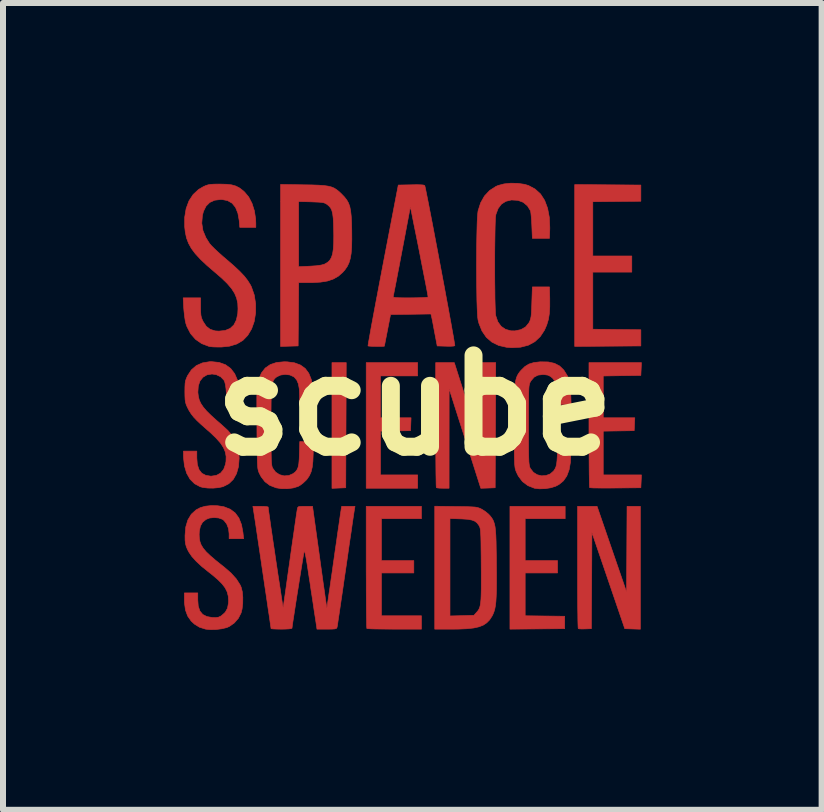
<source format=kicad_pcb>
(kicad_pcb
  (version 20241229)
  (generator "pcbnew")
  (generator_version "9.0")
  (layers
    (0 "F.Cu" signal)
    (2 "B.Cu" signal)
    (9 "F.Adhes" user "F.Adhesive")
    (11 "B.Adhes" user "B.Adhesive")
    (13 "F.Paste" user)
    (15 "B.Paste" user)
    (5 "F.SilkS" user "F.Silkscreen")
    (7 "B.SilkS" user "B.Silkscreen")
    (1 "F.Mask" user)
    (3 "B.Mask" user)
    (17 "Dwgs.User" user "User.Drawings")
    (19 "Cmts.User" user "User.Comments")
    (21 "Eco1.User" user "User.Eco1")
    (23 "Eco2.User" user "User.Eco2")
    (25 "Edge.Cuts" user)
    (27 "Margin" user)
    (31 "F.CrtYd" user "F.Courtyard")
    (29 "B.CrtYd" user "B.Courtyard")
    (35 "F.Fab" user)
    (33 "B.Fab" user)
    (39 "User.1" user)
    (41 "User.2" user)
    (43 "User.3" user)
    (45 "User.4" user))
  (footprint "scube"
    (layer "F.Cu")
    (at 3.867 3.711)
    (property "Reference" "scube" (at 0 0 0) (layer "F.SilkS") (effects (font (size 1.524 1.524) (thickness 0.3))))
    (attr through_hole)
    (fp_poly (pts (xy -1.151 1.373) (xy -1.266 1.378) (xy -1.381 1.383) (xy -1.381 -0.714) (xy -1.143 -0.714) (xy -1.151 1.373)) (stroke (width 0.01) (type solid)) (fill yes) (layer "F.Cu"))
    (fp_poly (pts (xy 0.048 -0.492) (xy -0.572 -0.492) (xy -0.572 0.206) (xy -0.062 0.206) (xy -0.071 0.421) (xy -0.572 0.429) (xy -0.572 1.159) (xy 0.048 1.159) (xy 0.048 1.381) (xy -0.81 1.381) (xy -0.81 -0.714) (xy 0.048 -0.714) (xy 0.048 -0.492)) (stroke (width 0.01) (type solid)) (fill yes) (layer "F.Cu"))
    (fp_poly (pts (xy 2.508 1.889) (xy 1.841 1.889) (xy 1.841 2.588) (xy 2.381 2.588) (xy 2.381 2.794) (xy 1.841 2.794) (xy 1.841 3.508) (xy 2.5 3.516) (xy 2.5 3.723) (xy 1.587 3.731) (xy 1.587 1.683) (xy 2.508 1.683) (xy 2.508 1.889)) (stroke (width 0.01) (type solid)) (fill yes) (layer "F.Cu"))
    (fp_poly (pts (xy 3.219 -3.679) (xy 3.77 -3.675) (xy 3.77 -3.405) (xy 3.369 -3.401) (xy 2.969 -3.397) (xy 2.969 -2.492) (xy 3.619 -2.492) (xy 3.619 -2.223) (xy 2.969 -2.223) (xy 2.969 -1.271) (xy 3.369 -1.266) (xy 3.77 -1.262) (xy 3.77 -0.992) (xy 3.219 -0.988) (xy 2.667 -0.984) (xy 2.667 -3.683) (xy 3.219 -3.679)) (stroke (width 0.01) (type solid)) (fill yes) (layer "F.Cu"))
    (fp_poly (pts (xy 0.111 1.889) (xy -0.556 1.889) (xy -0.556 2.588) (xy -0.016 2.588) (xy -0.016 2.794) (xy -0.556 2.794) (xy -0.556 3.508) (xy 0.111 3.508) (xy 0.111 3.731) (xy -0.339 3.731) (xy -0.455 3.73) (xy -0.561 3.729) (xy -0.653 3.728) (xy -0.725 3.726) (xy -0.775 3.723) (xy -0.798 3.721) (xy -0.799 3.72) (xy -0.801 3.703) (xy -0.803 3.656) (xy -0.804 3.584) (xy -0.806 3.487) (xy -0.807 3.37) (xy -0.808 3.234) (xy -0.809 3.083) (xy -0.809 2.919) (xy -0.81 2.745) (xy -0.81 2.696) (xy -0.81 1.683) (xy 0.111 1.683) (xy 0.111 1.889)) (stroke (width 0.01) (type solid)) (fill yes) (layer "F.Cu"))
    (fp_poly (pts (xy 3.651 1.683) (xy 3.762 1.683) (xy 3.762 3.732) (xy 3.502 3.723) (xy 3.228 2.921) (xy 2.954 2.119) (xy 2.95 2.921) (xy 2.945 3.723) (xy 2.841 3.727) (xy 2.786 3.728) (xy 2.744 3.726) (xy 2.726 3.721) (xy 2.724 3.703) (xy 2.722 3.657) (xy 2.72 3.584) (xy 2.719 3.487) (xy 2.717 3.37) (xy 2.716 3.234) (xy 2.715 3.083) (xy 2.715 2.919) (xy 2.715 2.745) (xy 2.715 2.696) (xy 2.715 1.683) (xy 2.877 1.683) (xy 3.04 1.683) (xy 3.286 2.398) (xy 3.532 3.112) (xy 3.536 2.398) (xy 3.54 1.683) (xy 3.651 1.683)) (stroke (width 0.01) (type solid)) (fill yes) (layer "F.Cu"))
    (fp_poly (pts (xy 3.775 -0.607) (xy 3.77 -0.5) (xy 3.457 -0.496) (xy 3.143 -0.491) (xy 3.143 0.206) (xy 3.669 0.206) (xy 3.659 0.421) (xy 3.401 0.425) (xy 3.143 0.429) (xy 3.143 1.159) (xy 3.78 1.159) (xy 3.77 1.373) (xy 3.349 1.377) (xy 3.236 1.378) (xy 3.134 1.378) (xy 3.046 1.377) (xy 2.978 1.376) (xy 2.933 1.373) (xy 2.916 1.371) (xy 2.914 1.353) (xy 2.912 1.307) (xy 2.911 1.234) (xy 2.909 1.138) (xy 2.908 1.02) (xy 2.907 0.884) (xy 2.906 0.732) (xy 2.905 0.567) (xy 2.905 0.392) (xy 2.905 0.323) (xy 2.905 -0.714) (xy 3.342 -0.714) (xy 3.78 -0.714) (xy 3.775 -0.607)) (stroke (width 0.01) (type solid)) (fill yes) (layer "F.Cu"))
    (fp_poly (pts (xy 1.239 -0.714) (xy 1.35 -0.714) (xy 1.341 1.373) (xy 1.221 1.378) (xy 1.101 1.382) (xy 0.971 0.973) (xy 0.927 0.835) (xy 0.878 0.678) (xy 0.825 0.512) (xy 0.773 0.349) (xy 0.725 0.2) (xy 0.707 0.143) (xy 0.573 -0.278) (xy 0.572 1.381) (xy 0.471 1.381) (xy 0.417 1.38) (xy 0.377 1.376) (xy 0.36 1.371) (xy 0.358 1.353) (xy 0.356 1.307) (xy 0.355 1.234) (xy 0.353 1.138) (xy 0.352 1.02) (xy 0.351 0.884) (xy 0.35 0.732) (xy 0.35 0.567) (xy 0.349 0.392) (xy 0.349 0.323) (xy 0.349 -0.714) (xy 0.659 -0.714) (xy 0.889 0.007) (xy 1.119 0.729) (xy 1.123 0.007) (xy 1.127 -0.714) (xy 1.239 -0.714)) (stroke (width 0.01) (type solid)) (fill yes) (layer "F.Cu"))
    (fp_poly (pts (xy -1.853 -3.679) (xy -1.715 -3.677) (xy -1.604 -3.673) (xy -1.516 -3.667) (xy -1.446 -3.657) (xy -1.39 -3.643) (xy -1.344 -3.624) (xy -1.303 -3.598) (xy -1.262 -3.565) (xy -1.221 -3.526) (xy -1.172 -3.475) (xy -1.134 -3.426) (xy -1.105 -3.375) (xy -1.084 -3.317) (xy -1.07 -3.246) (xy -1.06 -3.158) (xy -1.054 -3.048) (xy -1.051 -2.922) (xy -1.05 -2.767) (xy -1.053 -2.64) (xy -1.061 -2.535) (xy -1.076 -2.449) (xy -1.097 -2.378) (xy -1.127 -2.316) (xy -1.166 -2.26) (xy -1.204 -2.217) (xy -1.275 -2.155) (xy -1.358 -2.108) (xy -1.455 -2.075) (xy -1.572 -2.056) (xy -1.714 -2.048) (xy -1.755 -2.048) (xy -1.936 -2.048) (xy -1.945 -0.992) (xy -2.092 -0.988) (xy -2.238 -0.983) (xy -2.238 -2.313) (xy -1.937 -2.313) (xy -1.748 -2.322) (xy -1.642 -2.329) (xy -1.564 -2.34) (xy -1.51 -2.354) (xy -1.502 -2.358) (xy -1.455 -2.385) (xy -1.418 -2.42) (xy -1.391 -2.465) (xy -1.371 -2.525) (xy -1.359 -2.604) (xy -1.352 -2.705) (xy -1.351 -2.832) (xy -1.352 -2.907) (xy -1.355 -3.028) (xy -1.36 -3.122) (xy -1.369 -3.194) (xy -1.382 -3.248) (xy -1.401 -3.289) (xy -1.427 -3.321) (xy -1.46 -3.35) (xy -1.466 -3.354) (xy -1.49 -3.369) (xy -1.517 -3.379) (xy -1.553 -3.386) (xy -1.606 -3.39) (xy -1.681 -3.393) (xy -1.726 -3.395) (xy -1.937 -3.4) (xy -1.937 -2.313) (xy -2.238 -2.313) (xy -2.238 -3.685) (xy -1.853 -3.679)) (stroke (width 0.01) (type solid)) (fill yes) (layer "F.Cu"))
    (fp_poly (pts (xy 0.687 1.686) (xy 0.801 1.687) (xy 0.889 1.689) (xy 0.955 1.692) (xy 1.003 1.695) (xy 1.039 1.701) (xy 1.067 1.709) (xy 1.093 1.719) (xy 1.12 1.733) (xy 1.122 1.734) (xy 1.178 1.77) (xy 1.231 1.814) (xy 1.253 1.837) (xy 1.278 1.869) (xy 1.299 1.9) (xy 1.315 1.934) (xy 1.328 1.975) (xy 1.339 2.025) (xy 1.346 2.089) (xy 1.352 2.169) (xy 1.356 2.269) (xy 1.358 2.393) (xy 1.361 2.544) (xy 1.361 2.618) (xy 1.363 2.799) (xy 1.363 2.951) (xy 1.362 3.079) (xy 1.358 3.184) (xy 1.353 3.269) (xy 1.345 3.339) (xy 1.334 3.397) (xy 1.32 3.444) (xy 1.303 3.485) (xy 1.289 3.513) (xy 1.248 3.576) (xy 1.2 3.625) (xy 1.142 3.664) (xy 1.07 3.692) (xy 0.98 3.712) (xy 0.869 3.724) (xy 0.732 3.73) (xy 0.632 3.731) (xy 0.333 3.731) (xy 0.333 3.511) (xy 0.587 3.511) (xy 0.787 3.506) (xy 0.987 3.5) (xy 1.032 3.449) (xy 1.052 3.426) (xy 1.068 3.402) (xy 1.081 3.373) (xy 1.091 3.337) (xy 1.098 3.291) (xy 1.104 3.231) (xy 1.107 3.154) (xy 1.109 3.057) (xy 1.109 2.937) (xy 1.109 2.791) (xy 1.108 2.663) (xy 1.107 2.507) (xy 1.105 2.38) (xy 1.104 2.278) (xy 1.102 2.198) (xy 1.099 2.137) (xy 1.096 2.092) (xy 1.092 2.059) (xy 1.086 2.036) (xy 1.08 2.019) (xy 1.073 2.006) (xy 1.042 1.963) (xy 1.004 1.932) (xy 0.953 1.912) (xy 0.884 1.899) (xy 0.791 1.893) (xy 0.766 1.892) (xy 0.587 1.886) (xy 0.587 3.511) (xy 0.333 3.511) (xy 0.333 1.681) (xy 0.687 1.686)) (stroke (width 0.01) (type solid)) (fill yes) (layer "F.Cu"))
    (fp_poly (pts (xy -3.264 -0.717) (xy -3.157 -0.679) (xy -3.07 -0.616) (xy -3.003 -0.528) (xy -2.955 -0.417) (xy -2.929 -0.282) (xy -2.928 -0.273) (xy -2.917 -0.159) (xy -3.139 -0.159) (xy -3.147 -0.269) (xy -3.156 -0.339) (xy -3.17 -0.395) (xy -3.182 -0.421) (xy -3.237 -0.478) (xy -3.31 -0.513) (xy -3.381 -0.524) (xy -3.465 -0.51) (xy -3.532 -0.47) (xy -3.582 -0.408) (xy -3.61 -0.325) (xy -3.617 -0.224) (xy -3.617 -0.216) (xy -3.609 -0.15) (xy -3.594 -0.09) (xy -3.568 -0.033) (xy -3.528 0.027) (xy -3.473 0.092) (xy -3.399 0.165) (xy -3.304 0.251) (xy -3.223 0.321) (xy -3.118 0.417) (xy -3.04 0.507) (xy -2.985 0.595) (xy -2.95 0.689) (xy -2.933 0.793) (xy -2.929 0.881) (xy -2.94 1.021) (xy -2.973 1.138) (xy -3.027 1.234) (xy -3.102 1.306) (xy -3.198 1.355) (xy -3.199 1.355) (xy -3.271 1.371) (xy -3.36 1.379) (xy -3.451 1.378) (xy -3.533 1.368) (xy -3.578 1.356) (xy -3.672 1.306) (xy -3.748 1.23) (xy -3.804 1.131) (xy -3.841 1.009) (xy -3.857 0.867) (xy -3.858 0.829) (xy -3.858 0.762) (xy -3.635 0.762) (xy -3.635 0.877) (xy -3.626 0.987) (xy -3.598 1.071) (xy -3.552 1.131) (xy -3.486 1.166) (xy -3.4 1.18) (xy -3.397 1.18) (xy -3.31 1.167) (xy -3.239 1.129) (xy -3.187 1.066) (xy -3.156 0.98) (xy -3.148 0.933) (xy -3.146 0.852) (xy -3.16 0.776) (xy -3.191 0.702) (xy -3.242 0.625) (xy -3.315 0.543) (xy -3.412 0.45) (xy -3.464 0.405) (xy -3.557 0.323) (xy -3.63 0.255) (xy -3.686 0.196) (xy -3.729 0.141) (xy -3.764 0.086) (xy -3.792 0.032) (xy -3.811 -0.011) (xy -3.823 -0.051) (xy -3.83 -0.096) (xy -3.833 -0.157) (xy -3.834 -0.23) (xy -3.833 -0.31) (xy -3.83 -0.367) (xy -3.823 -0.411) (xy -3.81 -0.449) (xy -3.791 -0.492) (xy -3.789 -0.496) (xy -3.726 -0.592) (xy -3.643 -0.664) (xy -3.542 -0.709) (xy -3.423 -0.729) (xy -3.389 -0.73) (xy -3.264 -0.717)) (stroke (width 0.01) (type solid)) (fill yes) (layer "F.Cu"))
    (fp_poly (pts (xy -3.289 1.673) (xy -3.191 1.688) (xy -3.179 1.691) (xy -3.076 1.732) (xy -2.994 1.794) (xy -2.933 1.878) (xy -2.89 1.987) (xy -2.865 2.12) (xy -2.865 2.123) (xy -2.854 2.223) (xy -3.096 2.223) (xy -3.096 2.14) (xy -3.106 2.054) (xy -3.136 1.977) (xy -3.181 1.919) (xy -3.207 1.899) (xy -3.27 1.877) (xy -3.347 1.87) (xy -3.423 1.878) (xy -3.479 1.9) (xy -3.538 1.947) (xy -3.575 2.012) (xy -3.593 2.097) (xy -3.596 2.151) (xy -3.593 2.215) (xy -3.582 2.273) (xy -3.562 2.327) (xy -3.528 2.382) (xy -3.48 2.44) (xy -3.413 2.504) (xy -3.326 2.579) (xy -3.216 2.667) (xy -3.179 2.696) (xy -3.065 2.795) (xy -2.975 2.895) (xy -2.912 2.994) (xy -2.895 3.033) (xy -2.876 3.108) (xy -2.868 3.201) (xy -2.869 3.301) (xy -2.88 3.395) (xy -2.896 3.459) (xy -2.942 3.55) (xy -3.01 3.628) (xy -3.093 3.686) (xy -3.136 3.705) (xy -3.22 3.725) (xy -3.316 3.737) (xy -3.411 3.739) (xy -3.488 3.731) (xy -3.59 3.699) (xy -3.674 3.647) (xy -3.729 3.596) (xy -3.787 3.513) (xy -3.824 3.413) (xy -3.841 3.292) (xy -3.842 3.244) (xy -3.842 3.127) (xy -3.619 3.127) (xy -3.619 3.243) (xy -3.611 3.348) (xy -3.583 3.429) (xy -3.536 3.486) (xy -3.467 3.521) (xy -3.377 3.537) (xy -3.317 3.538) (xy -3.275 3.532) (xy -3.239 3.516) (xy -3.223 3.506) (xy -3.161 3.45) (xy -3.123 3.382) (xy -3.107 3.296) (xy -3.105 3.255) (xy -3.111 3.179) (xy -3.129 3.109) (xy -3.162 3.043) (xy -3.213 2.976) (xy -3.285 2.904) (xy -3.38 2.823) (xy -3.435 2.78) (xy -3.553 2.685) (xy -3.645 2.599) (xy -3.716 2.521) (xy -3.768 2.445) (xy -3.791 2.401) (xy -3.812 2.35) (xy -3.824 2.303) (xy -3.83 2.25) (xy -3.831 2.177) (xy -3.831 2.167) (xy -3.819 2.027) (xy -3.784 1.91) (xy -3.727 1.815) (xy -3.647 1.742) (xy -3.575 1.704) (xy -3.493 1.681) (xy -3.394 1.67) (xy -3.289 1.673)) (stroke (width 0.01) (type solid)) (fill yes) (layer "F.Cu"))
    (fp_poly (pts (xy -2.129 -0.727) (xy -2.007 -0.711) (xy -1.907 -0.674) (xy -1.827 -0.616) (xy -1.767 -0.535) (xy -1.725 -0.43) (xy -1.702 -0.299) (xy -1.695 -0.195) (xy -1.691 -0.024) (xy -1.806 -0.019) (xy -1.921 -0.014) (xy -1.921 -0.166) (xy -1.926 -0.276) (xy -1.941 -0.36) (xy -1.968 -0.423) (xy -2.008 -0.47) (xy -2.022 -0.48) (xy -2.084 -0.508) (xy -2.16 -0.517) (xy -2.236 -0.507) (xy -2.296 -0.48) (xy -2.32 -0.463) (xy -2.339 -0.444) (xy -2.355 -0.422) (xy -2.368 -0.393) (xy -2.378 -0.354) (xy -2.385 -0.303) (xy -2.39 -0.237) (xy -2.394 -0.151) (xy -2.396 -0.045) (xy -2.397 0.086) (xy -2.397 0.244) (xy -2.397 0.338) (xy -2.397 0.501) (xy -2.397 0.635) (xy -2.396 0.744) (xy -2.394 0.83) (xy -2.393 0.897) (xy -2.39 0.948) (xy -2.386 0.985) (xy -2.382 1.012) (xy -2.376 1.032) (xy -2.369 1.047) (xy -2.321 1.112) (xy -2.255 1.155) (xy -2.179 1.175) (xy -2.101 1.169) (xy -2.03 1.138) (xy -1.992 1.109) (xy -1.965 1.075) (xy -1.946 1.032) (xy -1.934 0.973) (xy -1.927 0.893) (xy -1.924 0.805) (xy -1.918 0.602) (xy -1.805 0.607) (xy -1.691 0.611) (xy -1.694 0.807) (xy -1.699 0.931) (xy -1.71 1.029) (xy -1.729 1.108) (xy -1.758 1.173) (xy -1.797 1.23) (xy -1.815 1.25) (xy -1.863 1.295) (xy -1.915 1.334) (xy -1.946 1.351) (xy -2.027 1.376) (xy -2.124 1.389) (xy -2.224 1.388) (xy -2.313 1.374) (xy -2.315 1.373) (xy -2.418 1.333) (xy -2.498 1.273) (xy -2.562 1.19) (xy -2.591 1.135) (xy -2.6 1.115) (xy -2.607 1.096) (xy -2.613 1.073) (xy -2.618 1.044) (xy -2.621 1.007) (xy -2.624 0.956) (xy -2.626 0.891) (xy -2.628 0.807) (xy -2.629 0.701) (xy -2.631 0.571) (xy -2.632 0.413) (xy -2.632 0.367) (xy -2.633 0.2) (xy -2.634 0.062) (xy -2.634 -0.051) (xy -2.634 -0.142) (xy -2.632 -0.214) (xy -2.63 -0.27) (xy -2.627 -0.315) (xy -2.623 -0.35) (xy -2.618 -0.38) (xy -2.611 -0.407) (xy -2.603 -0.432) (xy -2.558 -0.54) (xy -2.494 -0.623) (xy -2.41 -0.681) (xy -2.306 -0.716) (xy -2.18 -0.728) (xy -2.129 -0.727)) (stroke (width 0.01) (type solid)) (fill yes) (layer "F.Cu"))
    (fp_poly (pts (xy 1.72 -3.703) (xy 1.831 -3.687) (xy 1.897 -3.667) (xy 2.007 -3.608) (xy 2.097 -3.526) (xy 2.166 -3.419) (xy 2.215 -3.288) (xy 2.244 -3.135) (xy 2.252 -2.959) (xy 2.251 -2.929) (xy 2.246 -2.786) (xy 1.961 -2.786) (xy 1.952 -3) (xy 1.948 -3.082) (xy 1.942 -3.155) (xy 1.936 -3.211) (xy 1.931 -3.243) (xy 1.93 -3.246) (xy 1.879 -3.328) (xy 1.809 -3.387) (xy 1.721 -3.42) (xy 1.618 -3.426) (xy 1.611 -3.426) (xy 1.519 -3.404) (xy 1.445 -3.357) (xy 1.39 -3.284) (xy 1.353 -3.186) (xy 1.351 -3.174) (xy 1.346 -3.138) (xy 1.343 -3.075) (xy 1.34 -2.988) (xy 1.338 -2.881) (xy 1.336 -2.758) (xy 1.334 -2.623) (xy 1.333 -2.481) (xy 1.333 -2.334) (xy 1.333 -2.187) (xy 1.334 -2.045) (xy 1.336 -1.91) (xy 1.337 -1.787) (xy 1.34 -1.68) (xy 1.343 -1.593) (xy 1.346 -1.529) (xy 1.351 -1.494) (xy 1.351 -1.494) (xy 1.385 -1.395) (xy 1.44 -1.319) (xy 1.513 -1.269) (xy 1.602 -1.244) (xy 1.67 -1.243) (xy 1.769 -1.264) (xy 1.847 -1.308) (xy 1.903 -1.376) (xy 1.909 -1.387) (xy 1.922 -1.415) (xy 1.932 -1.447) (xy 1.94 -1.487) (xy 1.945 -1.541) (xy 1.949 -1.616) (xy 1.952 -1.714) (xy 1.961 -1.976) (xy 2.246 -1.976) (xy 2.251 -1.786) (xy 2.251 -1.646) (xy 2.244 -1.53) (xy 2.228 -1.432) (xy 2.201 -1.343) (xy 2.164 -1.257) (xy 2.163 -1.255) (xy 2.092 -1.147) (xy 2.002 -1.063) (xy 1.893 -1.004) (xy 1.765 -0.971) (xy 1.62 -0.963) (xy 1.529 -0.97) (xy 1.399 -1) (xy 1.286 -1.056) (xy 1.193 -1.136) (xy 1.121 -1.241) (xy 1.07 -1.368) (xy 1.055 -1.426) (xy 1.049 -1.471) (xy 1.044 -1.543) (xy 1.04 -1.639) (xy 1.036 -1.754) (xy 1.034 -1.886) (xy 1.032 -2.029) (xy 1.031 -2.18) (xy 1.03 -2.336) (xy 1.031 -2.491) (xy 1.032 -2.642) (xy 1.034 -2.785) (xy 1.037 -2.917) (xy 1.04 -3.032) (xy 1.044 -3.128) (xy 1.05 -3.2) (xy 1.055 -3.243) (xy 1.098 -3.378) (xy 1.162 -3.492) (xy 1.248 -3.584) (xy 1.353 -3.652) (xy 1.39 -3.668) (xy 1.488 -3.694) (xy 1.602 -3.706) (xy 1.72 -3.703)) (stroke (width 0.01) (type solid)) (fill yes) (layer "F.Cu"))
    (fp_poly (pts (xy -3.138 -3.688) (xy -3.053 -3.678) (xy -2.983 -3.658) (xy -2.922 -3.626) (xy -2.861 -3.579) (xy -2.837 -3.557) (xy -2.769 -3.475) (xy -2.714 -3.369) (xy -2.675 -3.246) (xy -2.654 -3.111) (xy -2.651 -3.036) (xy -2.651 -2.969) (xy -2.918 -2.969) (xy -2.928 -3.084) (xy -2.95 -3.206) (xy -2.989 -3.302) (xy -3.046 -3.372) (xy -3.122 -3.416) (xy -3.215 -3.434) (xy -3.237 -3.434) (xy -3.338 -3.422) (xy -3.419 -3.385) (xy -3.481 -3.323) (xy -3.524 -3.236) (xy -3.542 -3.166) (xy -3.552 -3.039) (xy -3.533 -2.917) (xy -3.483 -2.797) (xy -3.421 -2.698) (xy -3.39 -2.663) (xy -3.34 -2.613) (xy -3.276 -2.553) (xy -3.202 -2.487) (xy -3.134 -2.429) (xy -3.015 -2.326) (xy -2.919 -2.236) (xy -2.843 -2.156) (xy -2.785 -2.081) (xy -2.74 -2.008) (xy -2.724 -1.976) (xy -2.677 -1.842) (xy -2.654 -1.695) (xy -2.654 -1.545) (xy -2.678 -1.398) (xy -2.721 -1.277) (xy -2.785 -1.169) (xy -2.866 -1.085) (xy -2.967 -1.025) (xy -3.089 -0.988) (xy -3.222 -0.974) (xy -3.296 -0.974) (xy -3.365 -0.976) (xy -3.419 -0.982) (xy -3.433 -0.985) (xy -3.554 -1.031) (xy -3.656 -1.102) (xy -3.739 -1.197) (xy -3.799 -1.313) (xy -3.817 -1.365) (xy -3.829 -1.419) (xy -3.84 -1.493) (xy -3.849 -1.576) (xy -3.853 -1.623) (xy -3.862 -1.794) (xy -3.572 -1.794) (xy -3.572 -1.638) (xy -3.571 -1.562) (xy -3.567 -1.507) (xy -3.558 -1.464) (xy -3.542 -1.424) (xy -3.528 -1.396) (xy -3.477 -1.319) (xy -3.412 -1.269) (xy -3.33 -1.243) (xy -3.266 -1.239) (xy -3.162 -1.25) (xy -3.079 -1.284) (xy -3.017 -1.342) (xy -2.975 -1.425) (xy -2.952 -1.532) (xy -2.948 -1.611) (xy -2.952 -1.704) (xy -2.971 -1.789) (xy -3.004 -1.869) (xy -3.056 -1.95) (xy -3.128 -2.034) (xy -3.223 -2.126) (xy -3.332 -2.22) (xy -3.465 -2.334) (xy -3.573 -2.436) (xy -3.659 -2.529) (xy -3.725 -2.617) (xy -3.773 -2.704) (xy -3.807 -2.794) (xy -3.827 -2.89) (xy -3.837 -2.977) (xy -3.837 -3.138) (xy -3.813 -3.283) (xy -3.766 -3.41) (xy -3.697 -3.516) (xy -3.606 -3.601) (xy -3.524 -3.649) (xy -3.484 -3.667) (xy -3.446 -3.679) (xy -3.404 -3.686) (xy -3.348 -3.69) (xy -3.272 -3.691) (xy -3.246 -3.691) (xy -3.138 -3.688)) (stroke (width 0.01) (type solid)) (fill yes) (layer "F.Cu"))
    (fp_poly (pts (xy 2.225 -0.725) (xy 2.33 -0.702) (xy 2.415 -0.658) (xy 2.485 -0.59) (xy 2.543 -0.497) (xy 2.543 -0.496) (xy 2.565 -0.449) (xy 2.58 -0.407) (xy 2.59 -0.364) (xy 2.596 -0.308) (xy 2.6 -0.233) (xy 2.601 -0.204) (xy 2.607 -0.016) (xy 2.386 -0.016) (xy 2.377 -0.182) (xy 2.37 -0.28) (xy 2.356 -0.353) (xy 2.334 -0.408) (xy 2.302 -0.451) (xy 2.266 -0.482) (xy 2.22 -0.505) (xy 2.159 -0.514) (xy 2.135 -0.515) (xy 2.054 -0.505) (xy 1.991 -0.472) (xy 1.939 -0.412) (xy 1.929 -0.395) (xy 1.921 -0.381) (xy 1.915 -0.364) (xy 1.91 -0.343) (xy 1.905 -0.313) (xy 1.902 -0.273) (xy 1.9 -0.218) (xy 1.899 -0.145) (xy 1.898 -0.053) (xy 1.897 0.063) (xy 1.897 0.206) (xy 1.897 0.325) (xy 1.897 0.489) (xy 1.897 0.623) (xy 1.898 0.733) (xy 1.899 0.819) (xy 1.901 0.887) (xy 1.903 0.938) (xy 1.907 0.976) (xy 1.911 1.004) (xy 1.916 1.025) (xy 1.923 1.042) (xy 1.93 1.054) (xy 1.978 1.116) (xy 2.042 1.156) (xy 2.114 1.174) (xy 2.188 1.169) (xy 2.258 1.143) (xy 2.315 1.094) (xy 2.34 1.056) (xy 2.355 1.021) (xy 2.365 0.978) (xy 2.372 0.92) (xy 2.377 0.841) (xy 2.379 0.798) (xy 2.385 0.603) (xy 2.603 0.603) (xy 2.603 0.792) (xy 2.596 0.946) (xy 2.574 1.073) (xy 2.535 1.177) (xy 2.479 1.258) (xy 2.404 1.319) (xy 2.349 1.348) (xy 2.269 1.373) (xy 2.175 1.388) (xy 2.081 1.391) (xy 2.001 1.382) (xy 1.996 1.381) (xy 1.887 1.338) (xy 1.796 1.27) (xy 1.726 1.177) (xy 1.695 1.113) (xy 1.686 1.091) (xy 1.679 1.069) (xy 1.673 1.045) (xy 1.669 1.015) (xy 1.665 0.975) (xy 1.663 0.924) (xy 1.661 0.857) (xy 1.66 0.772) (xy 1.659 0.665) (xy 1.659 0.534) (xy 1.659 0.374) (xy 1.659 0.341) (xy 1.659 0.161) (xy 1.66 0.01) (xy 1.661 -0.115) (xy 1.664 -0.218) (xy 1.669 -0.302) (xy 1.676 -0.369) (xy 1.685 -0.422) (xy 1.697 -0.465) (xy 1.712 -0.501) (xy 1.731 -0.533) (xy 1.753 -0.563) (xy 1.774 -0.587) (xy 1.836 -0.648) (xy 1.904 -0.69) (xy 1.986 -0.715) (xy 2.091 -0.727) (xy 2.098 -0.727) (xy 2.225 -0.725)) (stroke (width 0.01) (type solid)) (fill yes) (layer "F.Cu"))
    (fp_poly (pts (xy 0.1 -3.679) (xy 0.141 -3.676) (xy 0.162 -3.669) (xy 0.167 -3.664) (xy 0.173 -3.64) (xy 0.184 -3.589) (xy 0.199 -3.513) (xy 0.219 -3.414) (xy 0.242 -3.296) (xy 0.268 -3.162) (xy 0.297 -3.013) (xy 0.327 -2.854) (xy 0.359 -2.686) (xy 0.392 -2.512) (xy 0.425 -2.335) (xy 0.458 -2.159) (xy 0.491 -1.985) (xy 0.522 -1.816) (xy 0.552 -1.656) (xy 0.579 -1.507) (xy 0.604 -1.371) (xy 0.625 -1.252) (xy 0.643 -1.153) (xy 0.656 -1.075) (xy 0.665 -1.022) (xy 0.668 -0.997) (xy 0.668 -0.996) (xy 0.648 -0.99) (xy 0.604 -0.987) (xy 0.544 -0.987) (xy 0.515 -0.988) (xy 0.374 -0.992) (xy 0.33 -1.222) (xy 0.314 -1.307) (xy 0.3 -1.383) (xy 0.288 -1.443) (xy 0.28 -1.481) (xy 0.278 -1.489) (xy 0.269 -1.525) (xy -0.068 -1.52) (xy -0.404 -1.516) (xy -0.455 -1.254) (xy -0.472 -1.167) (xy -0.487 -1.092) (xy -0.498 -1.034) (xy -0.505 -0.998) (xy -0.507 -0.988) (xy -0.522 -0.986) (xy -0.56 -0.984) (xy -0.612 -0.984) (xy -0.669 -0.985) (xy -0.722 -0.986) (xy -0.762 -0.989) (xy -0.78 -0.992) (xy -0.78 -0.992) (xy -0.778 -1.008) (xy -0.771 -1.053) (xy -0.758 -1.125) (xy -0.741 -1.222) (xy -0.72 -1.34) (xy -0.694 -1.478) (xy -0.665 -1.634) (xy -0.633 -1.805) (xy -0.631 -1.812) (xy -0.36 -1.812) (xy -0.353 -1.805) (xy -0.334 -1.8) (xy -0.3 -1.797) (xy -0.246 -1.795) (xy -0.168 -1.794) (xy -0.073 -1.794) (xy 0.023 -1.795) (xy 0.105 -1.797) (xy 0.169 -1.8) (xy 0.209 -1.804) (xy 0.222 -1.808) (xy 0.219 -1.828) (xy 0.211 -1.875) (xy 0.198 -1.945) (xy 0.181 -2.034) (xy 0.16 -2.14) (xy 0.137 -2.258) (xy 0.112 -2.384) (xy 0.087 -2.515) (xy 0.061 -2.647) (xy 0.035 -2.777) (xy 0.01 -2.9) (xy -0.013 -3.013) (xy -0.033 -3.113) (xy -0.049 -3.195) (xy -0.062 -3.256) (xy -0.07 -3.292) (xy -0.073 -3.301) (xy -0.079 -3.296) (xy -0.079 -3.291) (xy -0.082 -3.272) (xy -0.09 -3.226) (xy -0.103 -3.156) (xy -0.12 -3.067) (xy -0.14 -2.961) (xy -0.162 -2.843) (xy -0.186 -2.717) (xy -0.211 -2.586) (xy -0.236 -2.455) (xy -0.26 -2.326) (xy -0.284 -2.204) (xy -0.305 -2.092) (xy -0.324 -1.995) (xy -0.34 -1.915) (xy -0.351 -1.858) (xy -0.358 -1.826) (xy -0.359 -1.822) (xy -0.36 -1.812) (xy -0.631 -1.812) (xy -0.598 -1.989) (xy -0.561 -2.184) (xy -0.532 -2.337) (xy -0.275 -3.675) (xy -0.058 -3.679) (xy 0.035 -3.681) (xy 0.1 -3.679)) (stroke (width 0.01) (type solid)) (fill yes) (layer "F.Cu"))
    (fp_poly (pts (xy -2.513 1.684) (xy -2.469 1.688) (xy -2.447 1.693) (xy -2.445 1.695) (xy -2.443 1.714) (xy -2.437 1.761) (xy -2.427 1.831) (xy -2.414 1.921) (xy -2.399 2.029) (xy -2.381 2.149) (xy -2.362 2.28) (xy -2.341 2.417) (xy -2.321 2.556) (xy -2.3 2.695) (xy -2.28 2.83) (xy -2.26 2.958) (xy -2.242 3.074) (xy -2.227 3.176) (xy -2.214 3.26) (xy -2.204 3.323) (xy -2.197 3.36) (xy -2.195 3.37) (xy -2.192 3.352) (xy -2.185 3.306) (xy -2.175 3.235) (xy -2.161 3.141) (xy -2.145 3.028) (xy -2.127 2.898) (xy -2.107 2.755) (xy -2.085 2.602) (xy -2.08 2.564) (xy -2.058 2.407) (xy -2.037 2.259) (xy -2.017 2.123) (xy -2 2.002) (xy -1.985 1.899) (xy -1.973 1.817) (xy -1.964 1.759) (xy -1.959 1.729) (xy -1.959 1.726) (xy -1.953 1.704) (xy -1.942 1.691) (xy -1.919 1.685) (xy -1.876 1.683) (xy -1.828 1.683) (xy -1.705 1.683) (xy -1.587 2.531) (xy -1.565 2.691) (xy -1.544 2.841) (xy -1.525 2.978) (xy -1.507 3.1) (xy -1.493 3.203) (xy -1.481 3.285) (xy -1.472 3.342) (xy -1.467 3.372) (xy -1.466 3.377) (xy -1.463 3.361) (xy -1.457 3.316) (xy -1.446 3.246) (xy -1.433 3.154) (xy -1.416 3.042) (xy -1.398 2.914) (xy -1.377 2.772) (xy -1.356 2.619) (xy -1.35 2.58) (xy -1.328 2.423) (xy -1.306 2.274) (xy -1.287 2.137) (xy -1.269 2.015) (xy -1.254 1.911) (xy -1.242 1.827) (xy -1.233 1.768) (xy -1.228 1.737) (xy -1.228 1.734) (xy -1.219 1.683) (xy -0.997 1.683) (xy -1.006 1.734) (xy -1.01 1.759) (xy -1.018 1.812) (xy -1.03 1.891) (xy -1.045 1.993) (xy -1.062 2.114) (xy -1.083 2.252) (xy -1.105 2.404) (xy -1.128 2.566) (xy -1.151 2.723) (xy -1.176 2.892) (xy -1.199 3.053) (xy -1.221 3.202) (xy -1.241 3.337) (xy -1.258 3.455) (xy -1.273 3.552) (xy -1.284 3.627) (xy -1.291 3.675) (xy -1.295 3.695) (xy -1.3 3.711) (xy -1.311 3.721) (xy -1.334 3.727) (xy -1.375 3.73) (xy -1.439 3.731) (xy -1.466 3.731) (xy -1.631 3.731) (xy -1.655 3.568) (xy -1.664 3.511) (xy -1.677 3.428) (xy -1.692 3.325) (xy -1.71 3.206) (xy -1.73 3.078) (xy -1.749 2.946) (xy -1.757 2.898) (xy -1.779 2.753) (xy -1.797 2.637) (xy -1.812 2.549) (xy -1.824 2.487) (xy -1.833 2.449) (xy -1.84 2.433) (xy -1.845 2.437) (xy -1.845 2.438) (xy -1.85 2.461) (xy -1.859 2.512) (xy -1.871 2.585) (xy -1.886 2.676) (xy -1.903 2.782) (xy -1.922 2.899) (xy -1.941 3.021) (xy -1.961 3.145) (xy -1.98 3.266) (xy -1.998 3.382) (xy -2.014 3.487) (xy -2.028 3.577) (xy -2.039 3.648) (xy -2.045 3.696) (xy -2.048 3.716) (xy -2.063 3.722) (xy -2.103 3.727) (xy -2.162 3.73) (xy -2.223 3.731) (xy -2.293 3.73) (xy -2.349 3.728) (xy -2.386 3.725) (xy -2.397 3.722) (xy -2.399 3.705) (xy -2.406 3.66) (xy -2.416 3.59) (xy -2.429 3.498) (xy -2.446 3.388) (xy -2.464 3.263) (xy -2.484 3.126) (xy -2.506 2.98) (xy -2.528 2.829) (xy -2.551 2.675) (xy -2.573 2.523) (xy -2.595 2.375) (xy -2.616 2.235) (xy -2.635 2.106) (xy -2.652 1.99) (xy -2.667 1.892) (xy -2.679 1.815) (xy -2.687 1.761) (xy -2.691 1.735) (xy -2.691 1.734) (xy -2.7 1.683) (xy -2.572 1.683) (xy -2.513 1.684)) (stroke (width 0.01) (type solid)) (fill yes) (layer "F.Cu")))
  (gr_rect
    (start -3 -3)
    (end 10.652 10.455)
    (stroke (width 0.1) (type default))
    (fill no)
    (layer "Edge.Cuts")))
</source>
